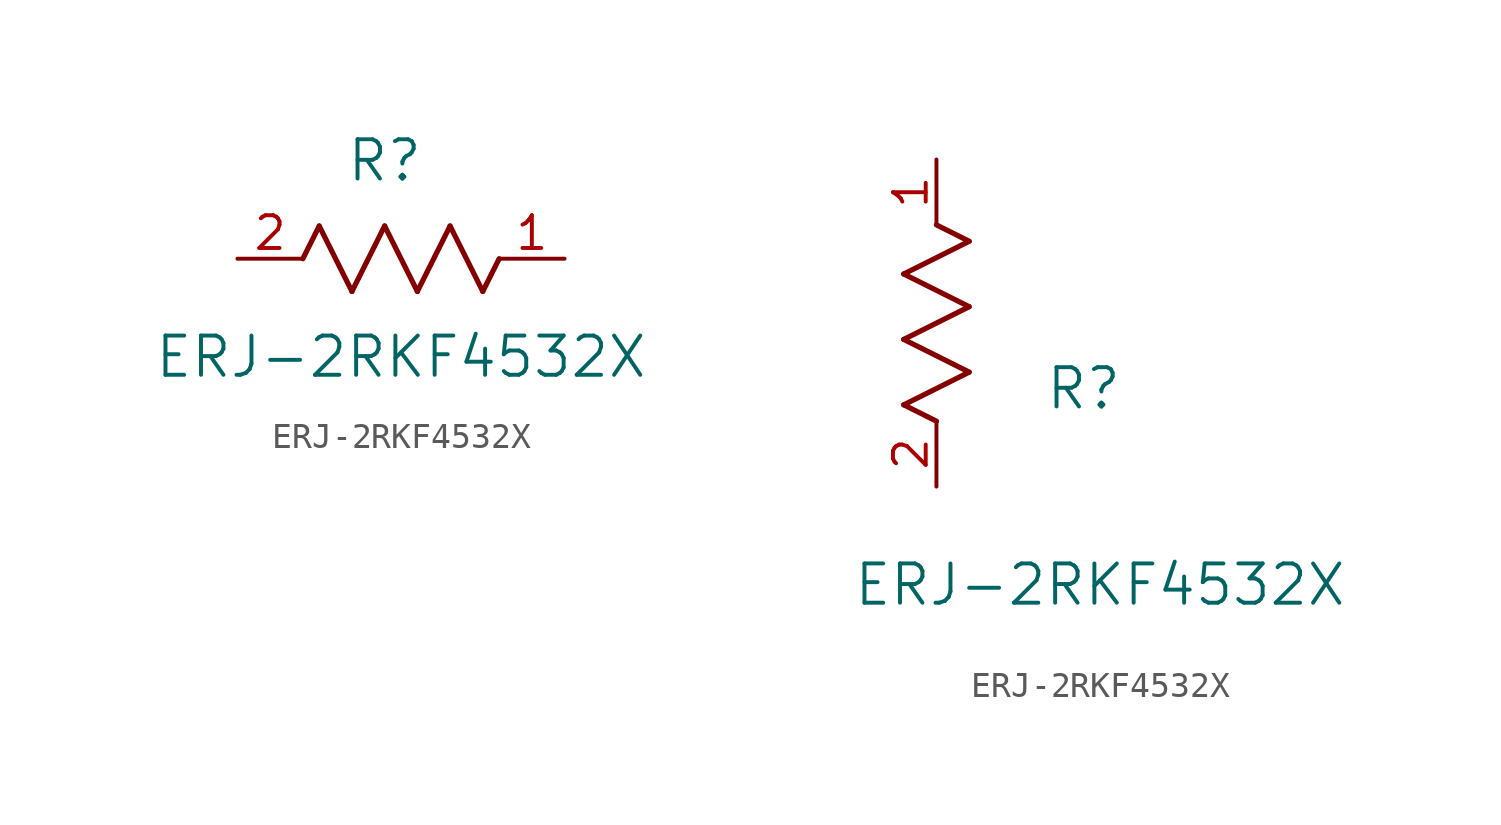
<source format=kicad_sym>
(kicad_symbol_lib
  (version 20211014)
  (generator kicad_symbol_editor)
  (symbol "ERJ-2RKF4532X"
    (pin_names
      (offset 0.254))
    (property "Reference" "R"
      (at 5.715 3.81 0)
      (effects (font (size 1.524 1.524))))
    (property "Value" "ERJ-2RKF4532X"
      (at 6.35 -3.81 0)
      (effects (font (size 1.524 1.524))))
    (symbol "ERJ-2RKF4532X_1_1"
      (polyline (pts (xy 3.175 1.27) (xy 4.445 -1.27)) (stroke (width 0.203) (type default) (color 0 0 0 0)) (fill (type none)))
      (polyline (pts (xy 4.445 -1.27) (xy 5.715 1.27)) (stroke (width 0.203) (type default) (color 0 0 0 0)) (fill (type none)))
      (polyline (pts (xy 5.715 1.27) (xy 6.985 -1.27)) (stroke (width 0.203) (type default) (color 0 0 0 0)) (fill (type none)))
      (polyline (pts (xy 6.985 -1.27) (xy 8.255 1.27)) (stroke (width 0.203) (type default) (color 0 0 0 0)) (fill (type none)))
      (polyline (pts (xy 8.255 1.27) (xy 9.525 -1.27)) (stroke (width 0.203) (type default) (color 0 0 0 0)) (fill (type none)))
      (polyline (pts (xy 2.54 0) (xy 3.175 1.27)) (stroke (width 0.203) (type default) (color 0 0 0 0)) (fill (type none)))
      (polyline (pts (xy 9.525 -1.27) (xy 10.16 0)) (stroke (width 0.203) (type default) (color 0 0 0 0)) (fill (type none)))
      (pin unspecified line (at 12.7 0 180) (length 2.54) (name "" (effects (font (size 1.27 1.27)))) (number "1" (effects (font (size 1.27 1.27)))))
      (pin unspecified line (at 0 0 0) (length 2.54) (name "" (effects (font (size 1.27 1.27)))) (number "2" (effects (font (size 1.27 1.27))))))
    (symbol "ERJ-2RKF4532X_1_2"
      (polyline (pts (xy 0 2.54) (xy -1.27 3.175)) (stroke (width 0.203) (type default) (color 0 0 0 0)) (fill (type none)))
      (polyline (pts (xy -1.27 3.175) (xy 1.27 4.445)) (stroke (width 0.203) (type default) (color 0 0 0 0)) (fill (type none)))
      (polyline (pts (xy 1.27 4.445) (xy -1.27 5.715)) (stroke (width 0.203) (type default) (color 0 0 0 0)) (fill (type none)))
      (polyline (pts (xy -1.27 5.715) (xy 1.27 6.985)) (stroke (width 0.203) (type default) (color 0 0 0 0)) (fill (type none)))
      (polyline (pts (xy -1.27 8.255) (xy 1.27 9.525)) (stroke (width 0.203) (type default) (color 0 0 0 0)) (fill (type none)))
      (polyline (pts (xy 1.27 9.525) (xy 0 10.16)) (stroke (width 0.203) (type default) (color 0 0 0 0)) (fill (type none)))
      (polyline (pts (xy 1.27 6.985) (xy -1.27 8.255)) (stroke (width 0.203) (type default) (color 0 0 0 0)) (fill (type none)))
      (pin unspecified line (at 0 12.7 270) (length 2.54) (name "" (effects (font (size 1.27 1.27)))) (number "1" (effects (font (size 1.27 1.27)))))
      (pin unspecified line (at 0 0 90) (length 2.54) (name "" (effects (font (size 1.27 1.27)))) (number "2" (effects (font (size 1.27 1.27))))))))
</source>
